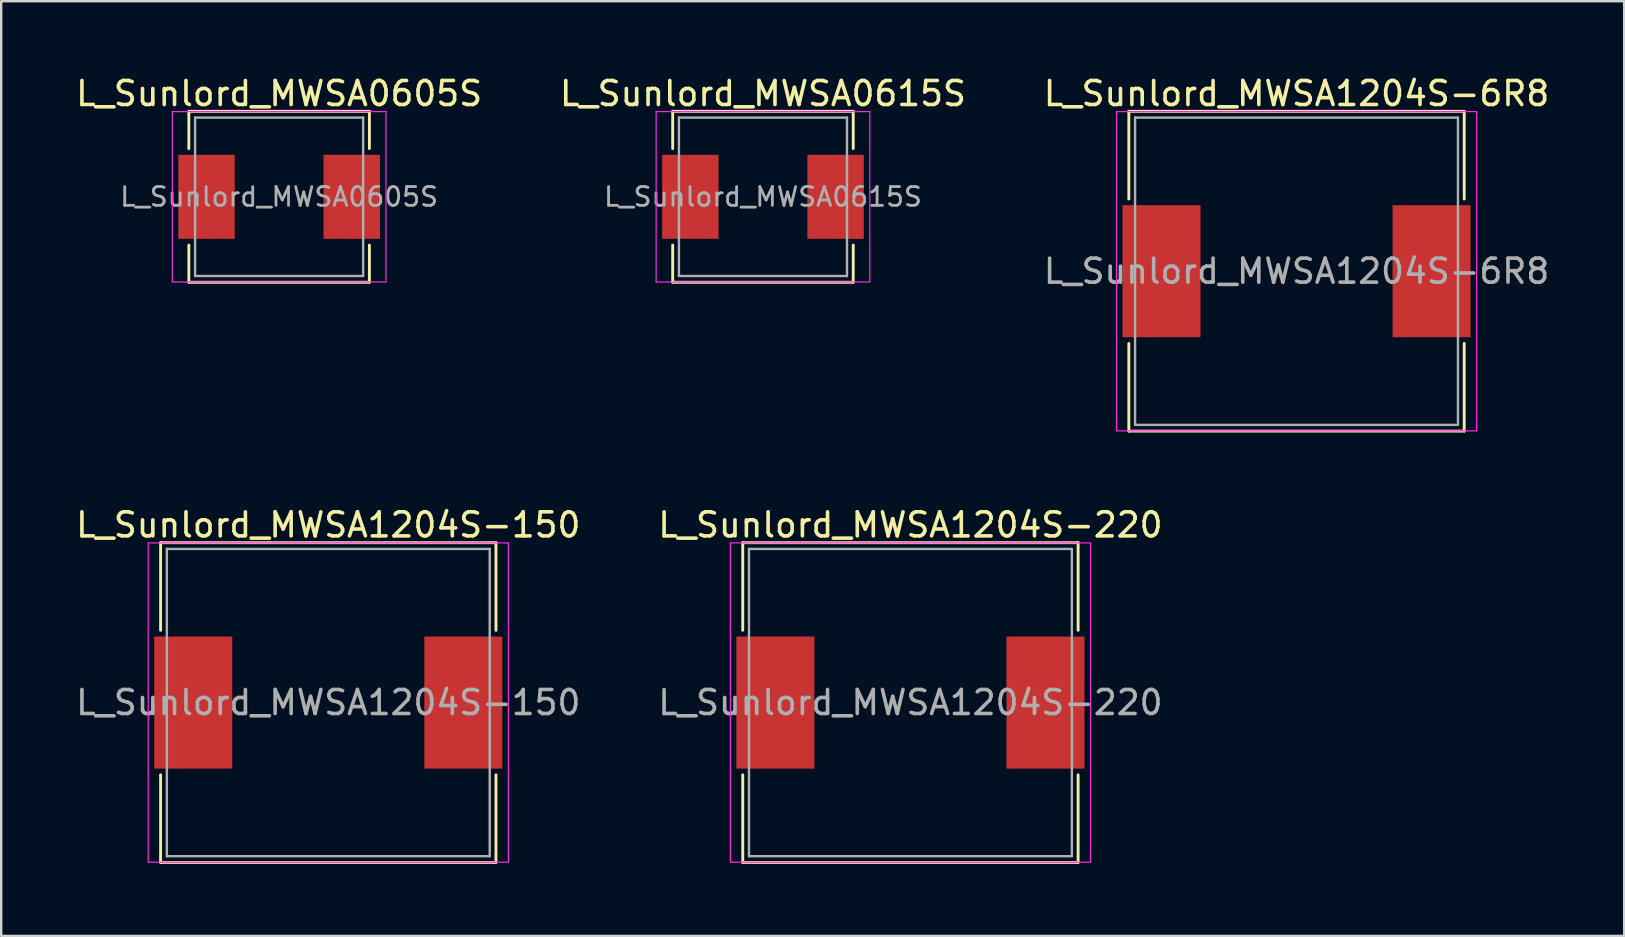
<source format=kicad_pcb>
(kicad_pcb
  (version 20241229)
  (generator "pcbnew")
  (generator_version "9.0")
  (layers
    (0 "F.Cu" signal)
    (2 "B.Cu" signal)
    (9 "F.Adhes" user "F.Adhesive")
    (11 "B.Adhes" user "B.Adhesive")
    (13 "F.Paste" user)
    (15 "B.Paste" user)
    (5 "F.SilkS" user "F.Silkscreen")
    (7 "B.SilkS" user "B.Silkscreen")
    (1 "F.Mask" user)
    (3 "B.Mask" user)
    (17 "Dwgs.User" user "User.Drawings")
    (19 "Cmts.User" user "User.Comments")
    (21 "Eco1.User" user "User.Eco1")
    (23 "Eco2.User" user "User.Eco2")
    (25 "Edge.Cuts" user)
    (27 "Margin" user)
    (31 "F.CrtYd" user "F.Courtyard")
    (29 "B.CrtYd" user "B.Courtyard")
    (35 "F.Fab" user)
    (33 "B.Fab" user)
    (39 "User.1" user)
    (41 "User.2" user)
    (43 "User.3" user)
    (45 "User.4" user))
  (footprint "L_Sunlord_MWSA1204S-150"
    (layer "F.Cu")
    (at 10.625 26.216)
    (property "Reference" "L_Sunlord_MWSA1204S-150" (at 0 -7.4 0) (layer "F.SilkS") (effects (font (size 1 1) (thickness 0.15))))
    (attr smd)
    (fp_line (start -6.985 -6.66) (end -6.985 -3.01) (stroke (width 0.12) (type solid)) (layer "F.SilkS"))
    (fp_line (start -6.985 -6.66) (end 6.985 -6.66) (stroke (width 0.12) (type solid)) (layer "F.SilkS"))
    (fp_line (start -6.985 6.66) (end -6.985 3.01) (stroke (width 0.12) (type solid)) (layer "F.SilkS"))
    (fp_line (start -6.985 6.66) (end 6.985 6.66) (stroke (width 0.12) (type solid)) (layer "F.SilkS"))
    (fp_line (start 6.985 -6.66) (end 6.985 -3.01) (stroke (width 0.12) (type solid)) (layer "F.SilkS"))
    (fp_line (start 6.985 6.66) (end 6.985 3.01) (stroke (width 0.12) (type solid)) (layer "F.SilkS"))
    (fp_line (start -7.5 -6.65) (end -7.5 6.65) (stroke (width 0.05) (type solid)) (layer "F.CrtYd"))
    (fp_line (start -7.5 6.65) (end 7.5 6.65) (stroke (width 0.05) (type solid)) (layer "F.CrtYd"))
    (fp_line (start 7.5 -6.65) (end -7.5 -6.65) (stroke (width 0.05) (type solid)) (layer "F.CrtYd"))
    (fp_line (start 7.5 6.65) (end 7.5 -6.65) (stroke (width 0.05) (type solid)) (layer "F.CrtYd"))
    (fp_line (start -6.725 -6.4) (end -6.725 6.4) (stroke (width 0.1) (type solid)) (layer "F.Fab"))
    (fp_line (start -6.725 6.4) (end 6.725 6.4) (stroke (width 0.1) (type solid)) (layer "F.Fab"))
    (fp_line (start 6.725 -6.4) (end -6.725 -6.4) (stroke (width 0.1) (type solid)) (layer "F.Fab"))
    (fp_line (start 6.725 6.4) (end 6.725 -6.4) (stroke (width 0.1) (type solid)) (layer "F.Fab"))
    (fp_text user "${REFERENCE}" (at 0 0 0) (layer "F.Fab") (effects (font (size 1 1) (thickness 0.15))))
    (pad "1" smd rect (at -5.625 0) (size 3.25 5.5) (layers "F.Cu" "F.Mask" "F.Paste"))
    (pad "2" smd rect (at 5.625 0) (size 3.25 5.5) (layers "F.Cu" "F.Mask" "F.Paste")))
  (footprint "L_Sunlord_MWSA1204S-6R8"
    (layer "F.Cu")
    (at 50.958 8.248)
    (property "Reference" "L_Sunlord_MWSA1204S-6R8" (at 0 -7.4 0) (layer "F.SilkS") (effects (font (size 1 1) (thickness 0.15))))
    (attr smd)
    (fp_line (start -6.985 -6.66) (end -6.985 -3.01) (stroke (width 0.12) (type solid)) (layer "F.SilkS"))
    (fp_line (start -6.985 -6.66) (end 6.985 -6.66) (stroke (width 0.12) (type solid)) (layer "F.SilkS"))
    (fp_line (start -6.985 6.66) (end -6.985 3.01) (stroke (width 0.12) (type solid)) (layer "F.SilkS"))
    (fp_line (start -6.985 6.66) (end 6.985 6.66) (stroke (width 0.12) (type solid)) (layer "F.SilkS"))
    (fp_line (start 6.985 -6.66) (end 6.985 -3.01) (stroke (width 0.12) (type solid)) (layer "F.SilkS"))
    (fp_line (start 6.985 6.66) (end 6.985 3.01) (stroke (width 0.12) (type solid)) (layer "F.SilkS"))
    (fp_line (start -7.5 -6.65) (end -7.5 6.65) (stroke (width 0.05) (type solid)) (layer "F.CrtYd"))
    (fp_line (start -7.5 6.65) (end 7.5 6.65) (stroke (width 0.05) (type solid)) (layer "F.CrtYd"))
    (fp_line (start 7.5 -6.65) (end -7.5 -6.65) (stroke (width 0.05) (type solid)) (layer "F.CrtYd"))
    (fp_line (start 7.5 6.65) (end 7.5 -6.65) (stroke (width 0.05) (type solid)) (layer "F.CrtYd"))
    (fp_line (start -6.725 -6.4) (end -6.725 6.4) (stroke (width 0.1) (type solid)) (layer "F.Fab"))
    (fp_line (start -6.725 6.4) (end 6.725 6.4) (stroke (width 0.1) (type solid)) (layer "F.Fab"))
    (fp_line (start 6.725 -6.4) (end -6.725 -6.4) (stroke (width 0.1) (type solid)) (layer "F.Fab"))
    (fp_line (start 6.725 6.4) (end 6.725 -6.4) (stroke (width 0.1) (type solid)) (layer "F.Fab"))
    (fp_text user "${REFERENCE}" (at 0 0 0) (layer "F.Fab") (effects (font (size 1 1) (thickness 0.15))))
    (pad "1" smd rect (at -5.625 0) (size 3.25 5.5) (layers "F.Cu" "F.Mask" "F.Paste"))
    (pad "2" smd rect (at 5.625 0) (size 3.25 5.5) (layers "F.Cu" "F.Mask" "F.Paste")))
  (footprint "L_Sunlord_MWSA1204S-220"
    (layer "F.Cu")
    (at 34.875 26.216)
    (property "Reference" "L_Sunlord_MWSA1204S-220" (at 0 -7.4 0) (layer "F.SilkS") (effects (font (size 1 1) (thickness 0.15))))
    (attr smd)
    (fp_line (start -6.985 -6.66) (end -6.985 -3.01) (stroke (width 0.12) (type solid)) (layer "F.SilkS"))
    (fp_line (start -6.985 -6.66) (end 6.985 -6.66) (stroke (width 0.12) (type solid)) (layer "F.SilkS"))
    (fp_line (start -6.985 6.66) (end -6.985 3.01) (stroke (width 0.12) (type solid)) (layer "F.SilkS"))
    (fp_line (start -6.985 6.66) (end 6.985 6.66) (stroke (width 0.12) (type solid)) (layer "F.SilkS"))
    (fp_line (start 6.985 -6.66) (end 6.985 -3.01) (stroke (width 0.12) (type solid)) (layer "F.SilkS"))
    (fp_line (start 6.985 6.66) (end 6.985 3.01) (stroke (width 0.12) (type solid)) (layer "F.SilkS"))
    (fp_line (start -7.5 -6.65) (end -7.5 6.65) (stroke (width 0.05) (type solid)) (layer "F.CrtYd"))
    (fp_line (start -7.5 6.65) (end 7.5 6.65) (stroke (width 0.05) (type solid)) (layer "F.CrtYd"))
    (fp_line (start 7.5 -6.65) (end -7.5 -6.65) (stroke (width 0.05) (type solid)) (layer "F.CrtYd"))
    (fp_line (start 7.5 6.65) (end 7.5 -6.65) (stroke (width 0.05) (type solid)) (layer "F.CrtYd"))
    (fp_line (start -6.725 -6.4) (end -6.725 6.4) (stroke (width 0.1) (type solid)) (layer "F.Fab"))
    (fp_line (start -6.725 6.4) (end 6.725 6.4) (stroke (width 0.1) (type solid)) (layer "F.Fab"))
    (fp_line (start 6.725 -6.4) (end -6.725 -6.4) (stroke (width 0.1) (type solid)) (layer "F.Fab"))
    (fp_line (start 6.725 6.4) (end 6.725 -6.4) (stroke (width 0.1) (type solid)) (layer "F.Fab"))
    (fp_text user "${REFERENCE}" (at 0 0 0) (layer "F.Fab") (effects (font (size 1 1) (thickness 0.15))))
    (pad "1" smd rect (at -5.625 0) (size 3.25 5.5) (layers "F.Cu" "F.Mask" "F.Paste"))
    (pad "2" smd rect (at 5.625 0) (size 3.25 5.5) (layers "F.Cu" "F.Mask" "F.Paste")))
  (footprint "L_Sunlord_MWSA0605S"
    (layer "F.Cu")
    (at 8.577 5.148)
    (property "Reference" "L_Sunlord_MWSA0605S" (at 0 -4.3 0) (layer "F.SilkS") (effects (font (size 1 1) (thickness 0.15))))
    (attr smd)
    (fp_line (start -3.76 -3.56) (end -3.76 -2.01) (stroke (width 0.12) (type solid)) (layer "F.SilkS"))
    (fp_line (start -3.76 -3.56) (end 3.76 -3.56) (stroke (width 0.12) (type solid)) (layer "F.SilkS"))
    (fp_line (start -3.76 3.56) (end -3.76 2.01) (stroke (width 0.12) (type solid)) (layer "F.SilkS"))
    (fp_line (start -3.76 3.56) (end 3.76 3.56) (stroke (width 0.12) (type solid)) (layer "F.SilkS"))
    (fp_line (start 3.76 -3.56) (end 3.76 -2.01) (stroke (width 0.12) (type solid)) (layer "F.SilkS"))
    (fp_line (start 3.76 3.56) (end 3.76 2.01) (stroke (width 0.12) (type solid)) (layer "F.SilkS"))
    (fp_line (start -4.45 -3.55) (end -4.45 3.55) (stroke (width 0.05) (type solid)) (layer "F.CrtYd"))
    (fp_line (start -4.45 3.55) (end 4.45 3.55) (stroke (width 0.05) (type solid)) (layer "F.CrtYd"))
    (fp_line (start 4.45 -3.55) (end -4.45 -3.55) (stroke (width 0.05) (type solid)) (layer "F.CrtYd"))
    (fp_line (start 4.45 3.55) (end 4.45 -3.55) (stroke (width 0.05) (type solid)) (layer "F.CrtYd"))
    (fp_line (start -3.5 -3.3) (end -3.5 3.3) (stroke (width 0.1) (type solid)) (layer "F.Fab"))
    (fp_line (start -3.5 3.3) (end 3.5 3.3) (stroke (width 0.1) (type solid)) (layer "F.Fab"))
    (fp_line (start 3.5 -3.3) (end -3.5 -3.3) (stroke (width 0.1) (type solid)) (layer "F.Fab"))
    (fp_line (start 3.5 3.3) (end 3.5 -3.3) (stroke (width 0.1) (type solid)) (layer "F.Fab"))
    (fp_text user "${REFERENCE}" (at 0 0 0) (layer "F.Fab") (effects (font (size 0.783 0.783) (thickness 0.117))))
    (pad "1" smd rect (at -3.025 0) (size 2.35 3.5) (layers "F.Cu" "F.Mask" "F.Paste"))
    (pad "2" smd rect (at 3.025 0) (size 2.35 3.5) (layers "F.Cu" "F.Mask" "F.Paste")))
  (footprint "L_Sunlord_MWSA0615S"
    (layer "F.Cu")
    (at 28.732 5.148)
    (property "Reference" "L_Sunlord_MWSA0615S" (at 0 -4.3 0) (layer "F.SilkS") (effects (font (size 1 1) (thickness 0.15))))
    (attr smd)
    (fp_line (start -3.76 -3.56) (end -3.76 -2.01) (stroke (width 0.12) (type solid)) (layer "F.SilkS"))
    (fp_line (start -3.76 -3.56) (end 3.76 -3.56) (stroke (width 0.12) (type solid)) (layer "F.SilkS"))
    (fp_line (start -3.76 3.56) (end -3.76 2.01) (stroke (width 0.12) (type solid)) (layer "F.SilkS"))
    (fp_line (start -3.76 3.56) (end 3.76 3.56) (stroke (width 0.12) (type solid)) (layer "F.SilkS"))
    (fp_line (start 3.76 -3.56) (end 3.76 -2.01) (stroke (width 0.12) (type solid)) (layer "F.SilkS"))
    (fp_line (start 3.76 3.56) (end 3.76 2.01) (stroke (width 0.12) (type solid)) (layer "F.SilkS"))
    (fp_line (start -4.45 -3.55) (end -4.45 3.55) (stroke (width 0.05) (type solid)) (layer "F.CrtYd"))
    (fp_line (start -4.45 3.55) (end 4.45 3.55) (stroke (width 0.05) (type solid)) (layer "F.CrtYd"))
    (fp_line (start 4.45 -3.55) (end -4.45 -3.55) (stroke (width 0.05) (type solid)) (layer "F.CrtYd"))
    (fp_line (start 4.45 3.55) (end 4.45 -3.55) (stroke (width 0.05) (type solid)) (layer "F.CrtYd"))
    (fp_line (start -3.5 -3.3) (end -3.5 3.3) (stroke (width 0.1) (type solid)) (layer "F.Fab"))
    (fp_line (start -3.5 3.3) (end 3.5 3.3) (stroke (width 0.1) (type solid)) (layer "F.Fab"))
    (fp_line (start 3.5 -3.3) (end -3.5 -3.3) (stroke (width 0.1) (type solid)) (layer "F.Fab"))
    (fp_line (start 3.5 3.3) (end 3.5 -3.3) (stroke (width 0.1) (type solid)) (layer "F.Fab"))
    (fp_text user "${REFERENCE}" (at 0 0 0) (layer "F.Fab") (effects (font (size 0.783 0.783) (thickness 0.117))))
    (pad "1" smd rect (at -3.025 0) (size 2.35 3.5) (layers "F.Cu" "F.Mask" "F.Paste"))
    (pad "2" smd rect (at 3.025 0) (size 2.35 3.5) (layers "F.Cu" "F.Mask" "F.Paste")))
  (gr_rect
    (start -3 -3)
    (end 64.607 35.937)
    (stroke (width 0.1) (type default))
    (fill no)
    (layer "Edge.Cuts")))
</source>
